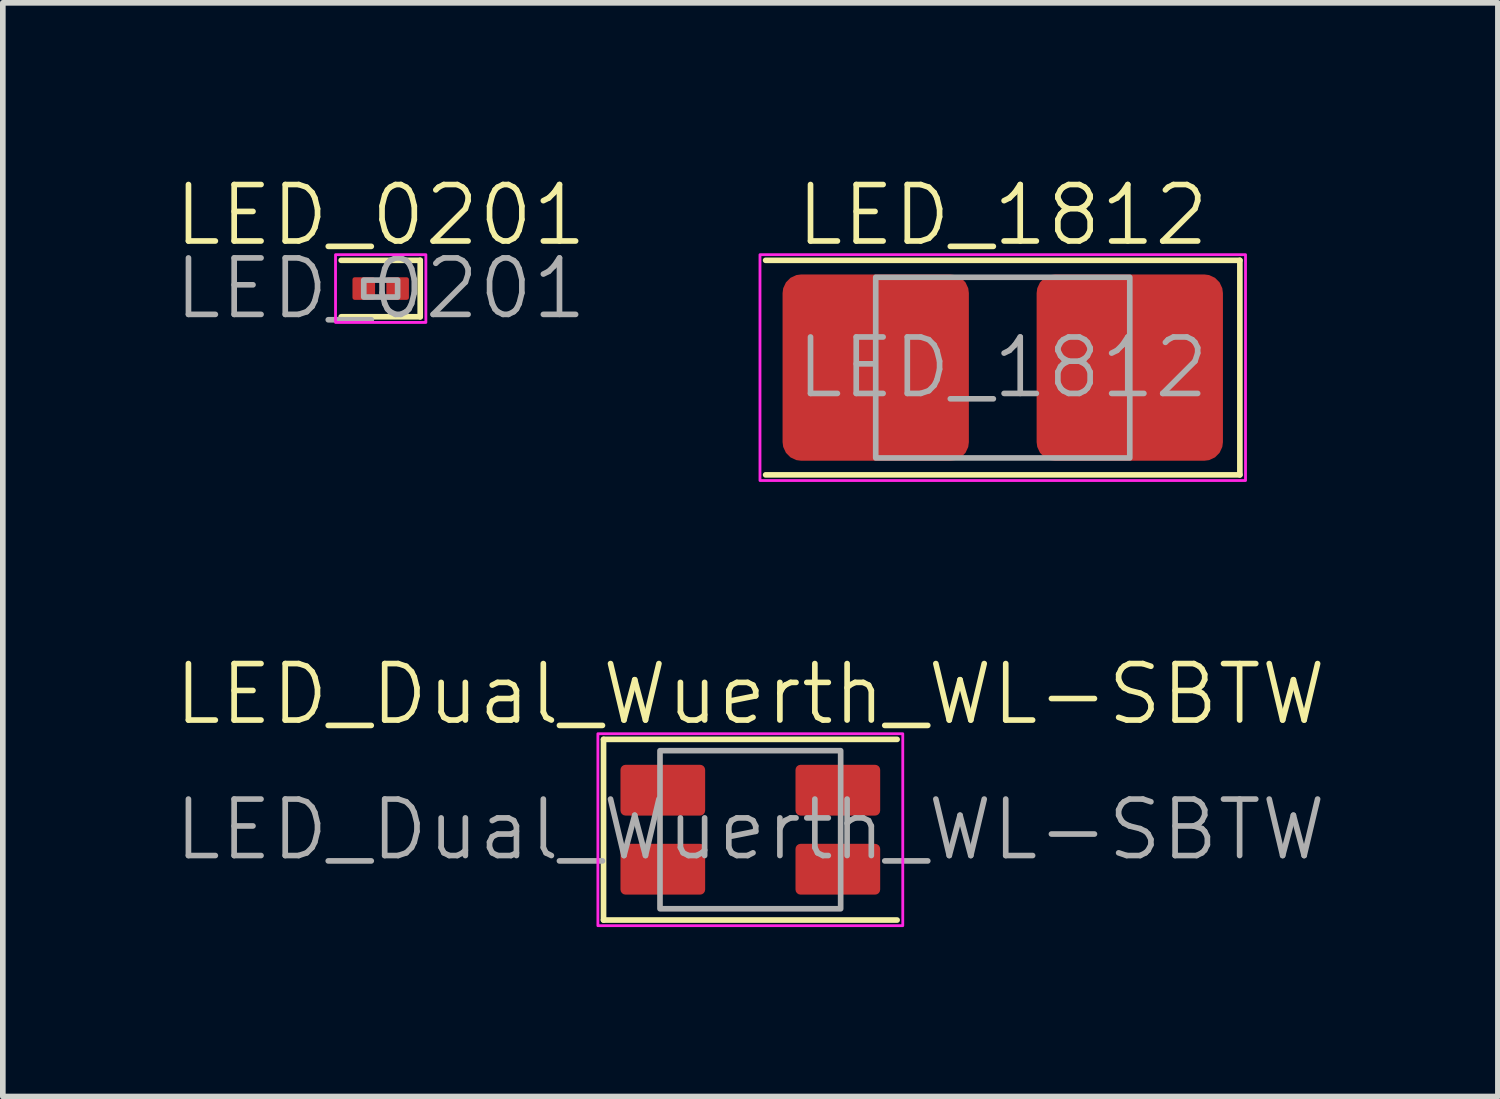
<source format=kicad_pcb>
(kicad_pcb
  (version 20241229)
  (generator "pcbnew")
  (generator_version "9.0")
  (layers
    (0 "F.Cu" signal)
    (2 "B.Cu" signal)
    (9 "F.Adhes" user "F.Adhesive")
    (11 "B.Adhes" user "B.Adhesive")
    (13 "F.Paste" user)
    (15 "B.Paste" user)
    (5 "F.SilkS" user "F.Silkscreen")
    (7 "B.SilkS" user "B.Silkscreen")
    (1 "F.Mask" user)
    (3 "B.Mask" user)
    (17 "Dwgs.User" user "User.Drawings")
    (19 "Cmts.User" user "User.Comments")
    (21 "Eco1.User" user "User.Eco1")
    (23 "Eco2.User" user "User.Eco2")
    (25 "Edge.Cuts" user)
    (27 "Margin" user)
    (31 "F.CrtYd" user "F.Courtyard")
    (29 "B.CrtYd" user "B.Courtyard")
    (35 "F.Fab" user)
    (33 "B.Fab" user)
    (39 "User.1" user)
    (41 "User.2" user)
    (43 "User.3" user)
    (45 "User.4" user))
  (footprint "LED_Dual_Wuerth_WL-SBTW"
    (layer "F.Cu")
    (at 10.24 11.646)
    (property "Reference" "LED_Dual_Wuerth_WL-SBTW" (at 0 -2.4 0) (unlocked yes) (layer "F.SilkS") (effects (font (size 1 1) (thickness 0.1))))
    (attr smd)
    (fp_line (start -2.6 -1.6) (end -2.6 1.6) (stroke (width 0.1) (type default)) (layer "F.SilkS"))
    (fp_line (start -2.6 -1.6) (end 2.6 -1.6) (stroke (width 0.1) (type default)) (layer "F.SilkS"))
    (fp_line (start -2.6 1.6) (end 2.6 1.6) (stroke (width 0.1) (type default)) (layer "F.SilkS"))
    (fp_rect (start -2.7 -1.7) (end 2.7 1.7) (stroke (width 0.05) (type default)) (fill no) (layer "F.CrtYd"))
    (fp_rect (start -1.6 -1.4) (end 1.6 1.4) (stroke (width 0.1) (type default)) (fill no) (layer "F.Fab"))
    (fp_text user "${REFERENCE}" (at 0 0 0) (unlocked yes) (layer "F.Fab") (effects (font (size 1 1) (thickness 0.1))))
    (pad "1" smd roundrect (at 1.55 -0.7) (size 1.5 0.9) (layers "F.Cu" "F.Mask" "F.Paste") (roundrect_rratio 0.1))
    (pad "2" smd roundrect (at 1.55 0.7) (size 1.5 0.9) (layers "F.Cu" "F.Mask" "F.Paste") (roundrect_rratio 0.1))
    (pad "3" smd roundrect (at -1.55 -0.7) (size 1.5 0.9) (layers "F.Cu" "F.Mask" "F.Paste") (roundrect_rratio 0.1))
    (pad "4" smd roundrect (at -1.55 0.7) (size 1.5 0.9) (layers "F.Cu" "F.Mask" "F.Paste") (roundrect_rratio 0.1)))
  (footprint "LED_0201"
    (layer "F.Cu")
    (at 3.693 2.061)
    (property "Reference" "LED_0201" (at 0 -1.3 0) (unlocked yes) (layer "F.SilkS") (effects (font (size 1 1) (thickness 0.1))))
    (attr smd)
    (fp_line (start -0.7 -0.5) (end 0.7 -0.5) (stroke (width 0.1) (type default)) (layer "F.SilkS"))
    (fp_line (start -0.7 0.5) (end 0.7 0.5) (stroke (width 0.1) (type default)) (layer "F.SilkS"))
    (fp_line (start 0.7 -0.5) (end 0.7 0.5) (stroke (width 0.1) (type default)) (layer "F.SilkS"))
    (fp_rect (start -0.8 -0.6) (end 0.8 0.6) (stroke (width 0.05) (type default)) (fill no) (layer "F.CrtYd"))
    (fp_rect (start -0.3 -0.15) (end 0.3 0.15) (stroke (width 0.1) (type default)) (fill no) (layer "F.Fab"))
    (fp_text user "${REFERENCE}" (at 0 0 0) (unlocked yes) (layer "F.Fab") (effects (font (size 1 1) (thickness 0.1))))
    (pad "1" smd roundrect (at -0.3 0) (size 0.4 0.4) (layers "F.Cu" "F.Mask" "F.Paste") (roundrect_rratio 0.1))
    (pad "2" smd roundrect (at 0.3 0) (size 0.4 0.4) (layers "F.Cu" "F.Mask" "F.Paste") (roundrect_rratio 0.1)))
  (footprint "LED_1812"
    (layer "F.Cu")
    (at 14.711 3.461)
    (property "Reference" "LED_1812" (at 0 -2.7 0) (unlocked yes) (layer "F.SilkS") (effects (font (size 1 1) (thickness 0.1))))
    (attr smd)
    (fp_line (start -4.2 -1.9) (end 4.2 -1.9) (stroke (width 0.1) (type default)) (layer "F.SilkS"))
    (fp_line (start 4.2 -1.9) (end 4.2 1.9) (stroke (width 0.1) (type default)) (layer "F.SilkS"))
    (fp_line (start 4.2 1.9) (end -4.2 1.9) (stroke (width 0.1) (type default)) (layer "F.SilkS"))
    (fp_rect (start -4.3 -2) (end 4.3 2) (stroke (width 0.05) (type default)) (fill no) (layer "F.CrtYd"))
    (fp_rect (start -2.25 -1.6) (end 2.25 1.6) (stroke (width 0.1) (type default)) (fill no) (layer "F.Fab"))
    (fp_text user "${REFERENCE}" (at 0 0 0) (unlocked yes) (layer "F.Fab") (effects (font (size 1 1) (thickness 0.1))))
    (pad "1" smd roundrect (at -2.25 0) (size 3.3 3.3) (layers "F.Cu" "F.Mask" "F.Paste") (roundrect_rratio 0.1))
    (pad "2" smd roundrect (at 2.25 0) (size 3.3 3.3) (layers "F.Cu" "F.Mask" "F.Paste") (roundrect_rratio 0.1)))
  (gr_rect
    (start -3 -3)
    (end 23.481 16.371)
    (stroke (width 0.1) (type default))
    (fill no)
    (layer "Edge.Cuts")))
</source>
